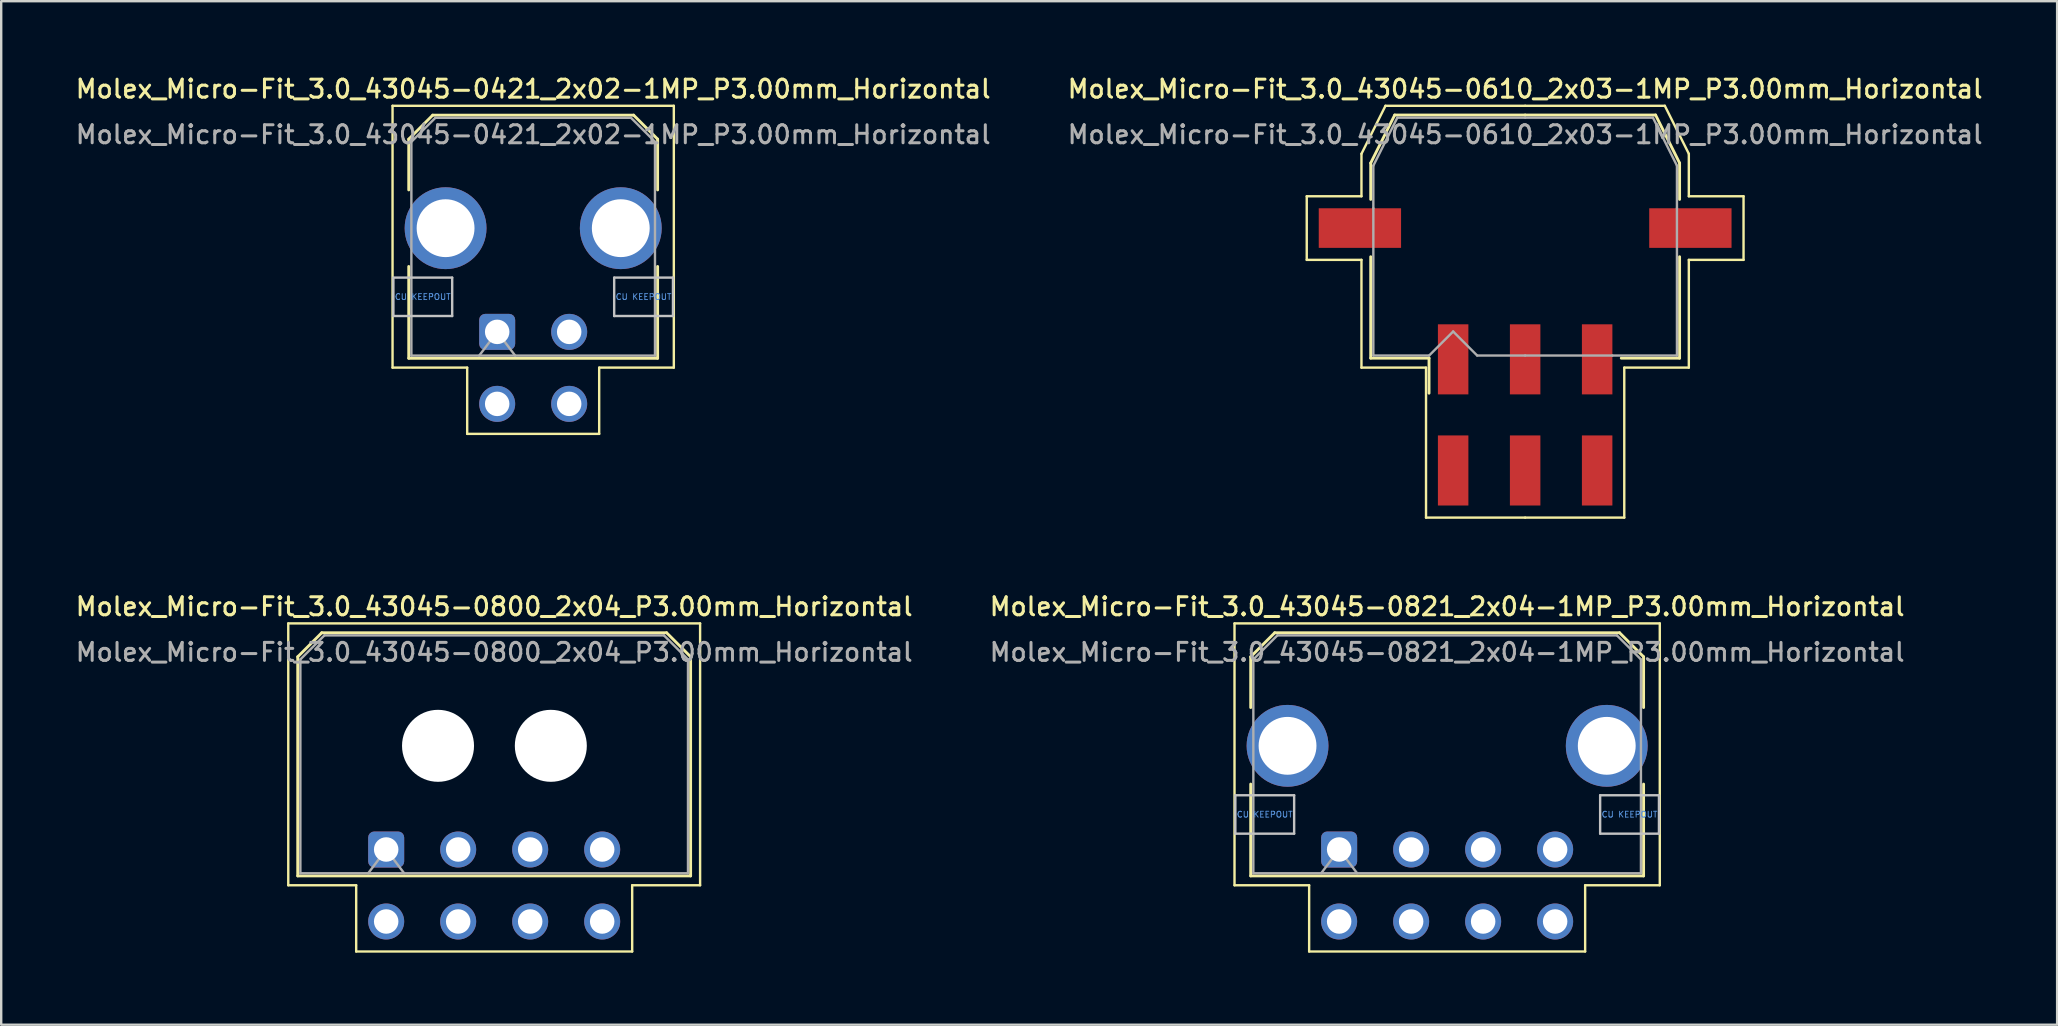
<source format=kicad_pcb>
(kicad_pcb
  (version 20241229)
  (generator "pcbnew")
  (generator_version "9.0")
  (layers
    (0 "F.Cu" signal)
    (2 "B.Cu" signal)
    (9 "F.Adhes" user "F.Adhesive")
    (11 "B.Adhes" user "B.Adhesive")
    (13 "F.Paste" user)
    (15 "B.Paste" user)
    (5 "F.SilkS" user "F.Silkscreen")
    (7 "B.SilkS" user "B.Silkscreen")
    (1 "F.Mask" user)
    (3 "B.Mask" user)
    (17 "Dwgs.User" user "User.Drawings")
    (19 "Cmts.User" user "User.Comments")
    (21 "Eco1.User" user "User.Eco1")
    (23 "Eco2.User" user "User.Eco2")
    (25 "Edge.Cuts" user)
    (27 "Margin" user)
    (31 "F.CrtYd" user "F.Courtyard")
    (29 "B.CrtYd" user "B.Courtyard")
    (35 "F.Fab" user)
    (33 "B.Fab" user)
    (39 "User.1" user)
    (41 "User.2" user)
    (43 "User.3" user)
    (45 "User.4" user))
  (footprint "Molex_Micro-Fit_3.0_43045-0800_2x04_P3.00mm_Horizontal"
    (layer "F.Cu")
    (at 13.041 32.346)
    (property "Reference" "Molex_Micro-Fit_3.0_43045-0800_2x04_P3.00mm_Horizontal" (at 4.5 -10.12 0) (layer "F.SilkS") (effects (font (size 0.75 0.75) (thickness 0.125))))
    (attr through_hole)
    (fp_line (start -4.08 -9.42) (end 13.08 -9.42) (stroke (width 0.1) (type solid)) (layer "F.SilkS"))
    (fp_line (start -4.08 1.49) (end -4.08 -9.42) (stroke (width 0.1) (type solid)) (layer "F.SilkS"))
    (fp_line (start -3.685 -8.03) (end -2.685 -9.03) (stroke (width 0.12) (type solid)) (layer "F.SilkS"))
    (fp_line (start -3.685 1.1) (end -3.685 -8.03) (stroke (width 0.12) (type solid)) (layer "F.SilkS"))
    (fp_line (start -2.685 -9.03) (end 11.685 -9.03) (stroke (width 0.12) (type solid)) (layer "F.SilkS"))
    (fp_line (start -1.25 1.49) (end -4.08 1.49) (stroke (width 0.1) (type solid)) (layer "F.SilkS"))
    (fp_line (start -1.25 4.25) (end -1.25 1.49) (stroke (width 0.1) (type solid)) (layer "F.SilkS"))
    (fp_line (start 10.25 1.49) (end 10.25 4.25) (stroke (width 0.1) (type solid)) (layer "F.SilkS"))
    (fp_line (start 10.25 4.25) (end -1.25 4.25) (stroke (width 0.1) (type solid)) (layer "F.SilkS"))
    (fp_line (start 11.685 -9.03) (end 12.685 -8.03) (stroke (width 0.12) (type solid)) (layer "F.SilkS"))
    (fp_line (start 12.685 -8.03) (end 12.685 1.1) (stroke (width 0.12) (type solid)) (layer "F.SilkS"))
    (fp_line (start 12.685 1.1) (end -3.685 1.1) (stroke (width 0.12) (type solid)) (layer "F.SilkS"))
    (fp_line (start 13.08 -9.42) (end 13.08 1.49) (stroke (width 0.1) (type solid)) (layer "F.SilkS"))
    (fp_line (start 13.08 1.49) (end 10.25 1.49) (stroke (width 0.1) (type solid)) (layer "F.SilkS"))
    (fp_line (start -3.575 -7.92) (end -2.575 -8.92) (stroke (width 0.1) (type solid)) (layer "F.Fab"))
    (fp_line (start -3.575 0.99) (end -3.575 -7.92) (stroke (width 0.1) (type solid)) (layer "F.Fab"))
    (fp_line (start -2.575 -8.92) (end 11.575 -8.92) (stroke (width 0.1) (type solid)) (layer "F.Fab"))
    (fp_line (start -0.75 0.99) (end 0 0) (stroke (width 0.1) (type solid)) (layer "F.Fab"))
    (fp_line (start 0 0) (end 0.75 0.99) (stroke (width 0.1) (type solid)) (layer "F.Fab"))
    (fp_line (start 11.575 -8.92) (end 12.575 -7.92) (stroke (width 0.1) (type solid)) (layer "F.Fab"))
    (fp_line (start 12.575 -7.92) (end 12.575 0.99) (stroke (width 0.1) (type solid)) (layer "F.Fab"))
    (fp_line (start 12.575 0.99) (end -3.575 0.99) (stroke (width 0.1) (type solid)) (layer "F.Fab"))
    (fp_text user "${REFERENCE}" (at 4.5 -8.22 0) (layer "F.Fab") (effects (font (size 0.75 0.75) (thickness 0.125))))
    (pad "" np_thru_hole circle (at 2.16 -4.32) (size 3 3) (drill 3) (layers "*.Cu" "*.Mask"))
    (pad "" np_thru_hole circle (at 6.86 -4.32) (size 3 3) (drill 3) (layers "*.Cu" "*.Mask"))
    (pad "1" thru_hole roundrect (at 0 0) (size 1.5 1.5) (drill 1.02) (layers "*.Cu" "*.Mask") (roundrect_rratio 0.167))
    (pad "2" thru_hole circle (at 3 0) (size 1.5 1.5) (drill 1.02) (layers "*.Cu" "*.Mask"))
    (pad "3" thru_hole circle (at 6 0) (size 1.5 1.5) (drill 1.02) (layers "*.Cu" "*.Mask"))
    (pad "4" thru_hole circle (at 9 0) (size 1.5 1.5) (drill 1.02) (layers "*.Cu" "*.Mask"))
    (pad "5" thru_hole circle (at 0 3) (size 1.5 1.5) (drill 1.02) (layers "*.Cu" "*.Mask"))
    (pad "6" thru_hole circle (at 3 3) (size 1.5 1.5) (drill 1.02) (layers "*.Cu" "*.Mask"))
    (pad "7" thru_hole circle (at 6 3) (size 1.5 1.5) (drill 1.02) (layers "*.Cu" "*.Mask"))
    (pad "8" thru_hole circle (at 9 3) (size 1.5 1.5) (drill 1.02) (layers "*.Cu" "*.Mask")))
  (footprint "Molex_Micro-Fit_3.0_43045-0421_2x02-1MP_P3.00mm_Horizontal"
    (layer "F.Cu")
    (at 17.666 10.778)
    (property "Reference" "Molex_Micro-Fit_3.0_43045-0421_2x02-1MP_P3.00mm_Horizontal" (at 1.5 -10.12 0) (layer "F.SilkS") (effects (font (size 0.75 0.75) (thickness 0.125))))
    (attr through_hole)
    (fp_line (start -4.36 -9.42) (end 7.36 -9.42) (stroke (width 0.1) (type solid)) (layer "F.SilkS"))
    (fp_line (start -4.36 1.49) (end -4.36 -9.42) (stroke (width 0.1) (type solid)) (layer "F.SilkS"))
    (fp_line (start -3.685 -8.03) (end -2.685 -9.03) (stroke (width 0.12) (type solid)) (layer "F.SilkS"))
    (fp_line (start -3.685 -5.915) (end -3.685 -8.03) (stroke (width 0.12) (type solid)) (layer "F.SilkS"))
    (fp_line (start -3.685 -2.725) (end -3.685 1.1) (stroke (width 0.12) (type solid)) (layer "F.SilkS"))
    (fp_line (start -3.685 1.1) (end 6.685 1.1) (stroke (width 0.12) (type solid)) (layer "F.SilkS"))
    (fp_line (start -2.685 -9.03) (end 5.685 -9.03) (stroke (width 0.12) (type solid)) (layer "F.SilkS"))
    (fp_line (start -1.25 1.49) (end -4.36 1.49) (stroke (width 0.1) (type solid)) (layer "F.SilkS"))
    (fp_line (start -1.25 4.25) (end -1.25 1.49) (stroke (width 0.1) (type solid)) (layer "F.SilkS"))
    (fp_line (start 4.25 1.49) (end 4.25 4.25) (stroke (width 0.1) (type solid)) (layer "F.SilkS"))
    (fp_line (start 4.25 4.25) (end -1.25 4.25) (stroke (width 0.1) (type solid)) (layer "F.SilkS"))
    (fp_line (start 5.685 -9.03) (end 6.685 -8.03) (stroke (width 0.12) (type solid)) (layer "F.SilkS"))
    (fp_line (start 6.685 -8.03) (end 6.685 -5.915) (stroke (width 0.12) (type solid)) (layer "F.SilkS"))
    (fp_line (start 6.685 1.1) (end 6.685 -2.725) (stroke (width 0.12) (type solid)) (layer "F.SilkS"))
    (fp_line (start 7.36 -9.42) (end 7.36 1.49) (stroke (width 0.1) (type solid)) (layer "F.SilkS"))
    (fp_line (start 7.36 1.49) (end 4.25 1.49) (stroke (width 0.1) (type solid)) (layer "F.SilkS"))
    (fp_line (start -4.325 -2.26) (end -4.325 -0.66) (stroke (width 0.1) (type solid)) (layer "Dwgs.User"))
    (fp_line (start -4.325 -0.66) (end -1.875 -0.66) (stroke (width 0.1) (type solid)) (layer "Dwgs.User"))
    (fp_line (start -1.875 -2.26) (end -4.325 -2.26) (stroke (width 0.1) (type solid)) (layer "Dwgs.User"))
    (fp_line (start -1.875 -0.66) (end -1.875 -2.26) (stroke (width 0.1) (type solid)) (layer "Dwgs.User"))
    (fp_line (start 4.875 -2.26) (end 4.875 -0.66) (stroke (width 0.1) (type solid)) (layer "Dwgs.User"))
    (fp_line (start 4.875 -0.66) (end 7.325 -0.66) (stroke (width 0.1) (type solid)) (layer "Dwgs.User"))
    (fp_line (start 7.325 -2.26) (end 4.875 -2.26) (stroke (width 0.1) (type solid)) (layer "Dwgs.User"))
    (fp_line (start 7.325 -0.66) (end 7.325 -2.26) (stroke (width 0.1) (type solid)) (layer "Dwgs.User"))
    (fp_line (start -3.575 -7.92) (end -2.575 -8.92) (stroke (width 0.1) (type solid)) (layer "F.Fab"))
    (fp_line (start -3.575 0.99) (end -3.575 -7.92) (stroke (width 0.1) (type solid)) (layer "F.Fab"))
    (fp_line (start -2.575 -8.92) (end 5.575 -8.92) (stroke (width 0.1) (type solid)) (layer "F.Fab"))
    (fp_line (start -0.75 0.99) (end 0 0) (stroke (width 0.1) (type solid)) (layer "F.Fab"))
    (fp_line (start 0 0) (end 0.75 0.99) (stroke (width 0.1) (type solid)) (layer "F.Fab"))
    (fp_line (start 5.575 -8.92) (end 6.575 -7.92) (stroke (width 0.1) (type solid)) (layer "F.Fab"))
    (fp_line (start 6.575 -7.92) (end 6.575 0.99) (stroke (width 0.1) (type solid)) (layer "F.Fab"))
    (fp_line (start 6.575 0.99) (end -3.575 0.99) (stroke (width 0.1) (type solid)) (layer "F.Fab"))
    (fp_text user "CU KEEPOUT" (at 6.1 -1.46 0) (layer "Cmts.User") (effects (font (size 0.245 0.245) (thickness 0.037))))
    (fp_text user "CU KEEPOUT" (at -3.1 -1.46 0) (layer "Cmts.User") (effects (font (size 0.245 0.245) (thickness 0.037))))
    (fp_text user "${REFERENCE}" (at 1.5 -8.22 0) (layer "F.Fab") (effects (font (size 0.75 0.75) (thickness 0.125))))
    (pad "1" thru_hole roundrect (at 0 0) (size 1.5 1.5) (drill 1.02) (layers "*.Cu" "*.Mask") (roundrect_rratio 0.167))
    (pad "2" thru_hole circle (at 3 0) (size 1.5 1.5) (drill 1.02) (layers "*.Cu" "*.Mask"))
    (pad "3" thru_hole circle (at 0 3) (size 1.5 1.5) (drill 1.02) (layers "*.Cu" "*.Mask"))
    (pad "4" thru_hole circle (at 3 3) (size 1.5 1.5) (drill 1.02) (layers "*.Cu" "*.Mask"))
    (pad "MP" thru_hole circle (at -2.15 -4.32) (size 3.41 3.41) (drill 2.41) (layers "*.Cu" "*.Mask"))
    (pad "MP" thru_hole circle (at 5.15 -4.32) (size 3.41 3.41) (drill 2.41) (layers "*.Cu" "*.Mask")))
  (footprint "Molex_Micro-Fit_3.0_43045-0610_2x03-1MP_P3.00mm_Horizontal"
    (layer "F.Cu")
    (at 60.498 14.238)
    (property "Reference" "Molex_Micro-Fit_3.0_43045-0610_2x03-1MP_P3.00mm_Horizontal" (at 0 -13.58 0) (layer "F.SilkS") (effects (font (size 0.75 0.75) (thickness 0.125))))
    (attr smd)
    (fp_line (start -9.1 -9.11) (end -9.1 -6.46) (stroke (width 0.1) (type solid)) (layer "F.SilkS"))
    (fp_line (start -9.1 -6.46) (end -6.82 -6.46) (stroke (width 0.1) (type solid)) (layer "F.SilkS"))
    (fp_line (start -6.82 -10.88) (end -6.82 -9.11) (stroke (width 0.1) (type solid)) (layer "F.SilkS"))
    (fp_line (start -6.82 -9.11) (end -9.1 -9.11) (stroke (width 0.1) (type solid)) (layer "F.SilkS"))
    (fp_line (start -6.82 -6.46) (end -6.82 -1.97) (stroke (width 0.1) (type solid)) (layer "F.SilkS"))
    (fp_line (start -6.82 -1.97) (end -4.13 -1.97) (stroke (width 0.1) (type solid)) (layer "F.SilkS"))
    (fp_line (start -6.435 -10.495) (end -6.435 -8.98) (stroke (width 0.12) (type solid)) (layer "F.SilkS"))
    (fp_line (start -6.435 -6.59) (end -6.435 -2.365) (stroke (width 0.12) (type solid)) (layer "F.SilkS"))
    (fp_line (start -6.435 -2.365) (end -4.005 -2.365) (stroke (width 0.12) (type solid)) (layer "F.SilkS"))
    (fp_line (start -5.82 -12.88) (end -6.82 -10.88) (stroke (width 0.1) (type solid)) (layer "F.SilkS"))
    (fp_line (start -5.435 -12.495) (end -6.435 -10.495) (stroke (width 0.12) (type solid)) (layer "F.SilkS"))
    (fp_line (start -4.13 -1.97) (end -4.13 4.28) (stroke (width 0.1) (type solid)) (layer "F.SilkS"))
    (fp_line (start -4.13 4.28) (end 0 4.28) (stroke (width 0.1) (type solid)) (layer "F.SilkS"))
    (fp_line (start -4.005 -2.365) (end -4.005 -0.905) (stroke (width 0.12) (type solid)) (layer "F.SilkS"))
    (fp_line (start 0 -12.88) (end -5.82 -12.88) (stroke (width 0.1) (type solid)) (layer "F.SilkS"))
    (fp_line (start 0 -12.88) (end 5.82 -12.88) (stroke (width 0.1) (type solid)) (layer "F.SilkS"))
    (fp_line (start 0 -12.495) (end -5.435 -12.495) (stroke (width 0.12) (type solid)) (layer "F.SilkS"))
    (fp_line (start 0 -12.495) (end 5.435 -12.495) (stroke (width 0.12) (type solid)) (layer "F.SilkS"))
    (fp_line (start 4.13 -1.97) (end 4.13 4.28) (stroke (width 0.1) (type solid)) (layer "F.SilkS"))
    (fp_line (start 4.13 4.28) (end 0 4.28) (stroke (width 0.1) (type solid)) (layer "F.SilkS"))
    (fp_line (start 5.435 -12.495) (end 6.435 -10.495) (stroke (width 0.12) (type solid)) (layer "F.SilkS"))
    (fp_line (start 5.82 -12.88) (end 6.82 -10.88) (stroke (width 0.1) (type solid)) (layer "F.SilkS"))
    (fp_line (start 6.435 -10.495) (end 6.435 -8.98) (stroke (width 0.12) (type solid)) (layer "F.SilkS"))
    (fp_line (start 6.435 -6.59) (end 6.435 -2.365) (stroke (width 0.12) (type solid)) (layer "F.SilkS"))
    (fp_line (start 6.435 -2.365) (end 4.005 -2.365) (stroke (width 0.12) (type solid)) (layer "F.SilkS"))
    (fp_line (start 6.82 -10.88) (end 6.82 -9.11) (stroke (width 0.1) (type solid)) (layer "F.SilkS"))
    (fp_line (start 6.82 -9.11) (end 9.1 -9.11) (stroke (width 0.1) (type solid)) (layer "F.SilkS"))
    (fp_line (start 6.82 -6.46) (end 6.82 -1.97) (stroke (width 0.1) (type solid)) (layer "F.SilkS"))
    (fp_line (start 6.82 -1.97) (end 4.13 -1.97) (stroke (width 0.1) (type solid)) (layer "F.SilkS"))
    (fp_line (start 9.1 -9.11) (end 9.1 -6.46) (stroke (width 0.1) (type solid)) (layer "F.SilkS"))
    (fp_line (start 9.1 -6.46) (end 6.82 -6.46) (stroke (width 0.1) (type solid)) (layer "F.SilkS"))
    (fp_line (start -6.325 -10.385) (end -6.325 -8.61) (stroke (width 0.1) (type solid)) (layer "F.Fab"))
    (fp_line (start -6.325 -8.61) (end -6.325 -2.475) (stroke (width 0.1) (type solid)) (layer "F.Fab"))
    (fp_line (start -6.325 -2.475) (end -4 -2.475) (stroke (width 0.1) (type solid)) (layer "F.Fab"))
    (fp_line (start -5.325 -12.385) (end -6.325 -10.385) (stroke (width 0.1) (type solid)) (layer "F.Fab"))
    (fp_line (start -4 -2.475) (end -3 -3.475) (stroke (width 0.1) (type solid)) (layer "F.Fab"))
    (fp_line (start -3 -3.475) (end -2 -2.475) (stroke (width 0.1) (type solid)) (layer "F.Fab"))
    (fp_line (start -2 -2.475) (end 0 -2.475) (stroke (width 0.1) (type solid)) (layer "F.Fab"))
    (fp_line (start 0 -12.385) (end -5.325 -12.385) (stroke (width 0.1) (type solid)) (layer "F.Fab"))
    (fp_line (start 0 -12.385) (end 5.325 -12.385) (stroke (width 0.1) (type solid)) (layer "F.Fab"))
    (fp_line (start 3.635 -2.475) (end 0 -2.475) (stroke (width 0.1) (type solid)) (layer "F.Fab"))
    (fp_line (start 5.325 -12.385) (end 6.325 -10.385) (stroke (width 0.1) (type solid)) (layer "F.Fab"))
    (fp_line (start 6.325 -10.385) (end 6.325 -8.61) (stroke (width 0.1) (type solid)) (layer "F.Fab"))
    (fp_line (start 6.325 -8.61) (end 6.325 -2.475) (stroke (width 0.1) (type solid)) (layer "F.Fab"))
    (fp_line (start 6.325 -2.475) (end 3.635 -2.475) (stroke (width 0.1) (type solid)) (layer "F.Fab"))
    (fp_text user "${REFERENCE}" (at 0 -11.68 0) (layer "F.Fab") (effects (font (size 0.75 0.75) (thickness 0.125))))
    (pad "1" smd rect (at -3 -2.315) (size 1.27 2.92) (layers "F.Cu" "F.Mask" "F.Paste"))
    (pad "2" smd rect (at 0 -2.315) (size 1.27 2.92) (layers "F.Cu" "F.Mask" "F.Paste"))
    (pad "3" smd rect (at 3 -2.315) (size 1.27 2.92) (layers "F.Cu" "F.Mask" "F.Paste"))
    (pad "4" smd rect (at -3 2.315) (size 1.27 2.92) (layers "F.Cu" "F.Mask" "F.Paste"))
    (pad "5" smd rect (at 0 2.315) (size 1.27 2.92) (layers "F.Cu" "F.Mask" "F.Paste"))
    (pad "6" smd rect (at 3 2.315) (size 1.27 2.92) (layers "F.Cu" "F.Mask" "F.Paste"))
    (pad "MP" smd rect (at -6.885 -7.785) (size 3.43 1.65) (layers "F.Cu" "F.Mask" "F.Paste"))
    (pad "MP" smd rect (at 6.885 -7.785) (size 3.43 1.65) (layers "F.Cu" "F.Mask" "F.Paste")))
  (footprint "Molex_Micro-Fit_3.0_43045-0821_2x04-1MP_P3.00mm_Horizontal"
    (layer "F.Cu")
    (at 52.748 32.346)
    (property "Reference" "Molex_Micro-Fit_3.0_43045-0821_2x04-1MP_P3.00mm_Horizontal" (at 4.5 -10.12 0) (layer "F.SilkS") (effects (font (size 0.75 0.75) (thickness 0.125))))
    (attr through_hole)
    (fp_line (start -4.36 -9.42) (end 13.36 -9.42) (stroke (width 0.1) (type solid)) (layer "F.SilkS"))
    (fp_line (start -4.36 1.49) (end -4.36 -9.42) (stroke (width 0.1) (type solid)) (layer "F.SilkS"))
    (fp_line (start -3.685 -8.03) (end -2.685 -9.03) (stroke (width 0.12) (type solid)) (layer "F.SilkS"))
    (fp_line (start -3.685 -5.915) (end -3.685 -8.03) (stroke (width 0.12) (type solid)) (layer "F.SilkS"))
    (fp_line (start -3.685 -2.725) (end -3.685 1.1) (stroke (width 0.12) (type solid)) (layer "F.SilkS"))
    (fp_line (start -3.685 1.1) (end 12.685 1.1) (stroke (width 0.12) (type solid)) (layer "F.SilkS"))
    (fp_line (start -2.685 -9.03) (end 11.685 -9.03) (stroke (width 0.12) (type solid)) (layer "F.SilkS"))
    (fp_line (start -1.25 1.49) (end -4.36 1.49) (stroke (width 0.1) (type solid)) (layer "F.SilkS"))
    (fp_line (start -1.25 4.25) (end -1.25 1.49) (stroke (width 0.1) (type solid)) (layer "F.SilkS"))
    (fp_line (start 10.25 1.49) (end 10.25 4.25) (stroke (width 0.1) (type solid)) (layer "F.SilkS"))
    (fp_line (start 10.25 4.25) (end -1.25 4.25) (stroke (width 0.1) (type solid)) (layer "F.SilkS"))
    (fp_line (start 11.685 -9.03) (end 12.685 -8.03) (stroke (width 0.12) (type solid)) (layer "F.SilkS"))
    (fp_line (start 12.685 -8.03) (end 12.685 -5.915) (stroke (width 0.12) (type solid)) (layer "F.SilkS"))
    (fp_line (start 12.685 1.1) (end 12.685 -2.725) (stroke (width 0.12) (type solid)) (layer "F.SilkS"))
    (fp_line (start 13.36 -9.42) (end 13.36 1.49) (stroke (width 0.1) (type solid)) (layer "F.SilkS"))
    (fp_line (start 13.36 1.49) (end 10.25 1.49) (stroke (width 0.1) (type solid)) (layer "F.SilkS"))
    (fp_line (start -4.325 -2.26) (end -4.325 -0.66) (stroke (width 0.1) (type solid)) (layer "Dwgs.User"))
    (fp_line (start -4.325 -0.66) (end -1.875 -0.66) (stroke (width 0.1) (type solid)) (layer "Dwgs.User"))
    (fp_line (start -1.875 -2.26) (end -4.325 -2.26) (stroke (width 0.1) (type solid)) (layer "Dwgs.User"))
    (fp_line (start -1.875 -0.66) (end -1.875 -2.26) (stroke (width 0.1) (type solid)) (layer "Dwgs.User"))
    (fp_line (start 10.875 -2.26) (end 10.875 -0.66) (stroke (width 0.1) (type solid)) (layer "Dwgs.User"))
    (fp_line (start 10.875 -0.66) (end 13.325 -0.66) (stroke (width 0.1) (type solid)) (layer "Dwgs.User"))
    (fp_line (start 13.325 -2.26) (end 10.875 -2.26) (stroke (width 0.1) (type solid)) (layer "Dwgs.User"))
    (fp_line (start 13.325 -0.66) (end 13.325 -2.26) (stroke (width 0.1) (type solid)) (layer "Dwgs.User"))
    (fp_line (start -3.575 -7.92) (end -2.575 -8.92) (stroke (width 0.1) (type solid)) (layer "F.Fab"))
    (fp_line (start -3.575 0.99) (end -3.575 -7.92) (stroke (width 0.1) (type solid)) (layer "F.Fab"))
    (fp_line (start -2.575 -8.92) (end 11.575 -8.92) (stroke (width 0.1) (type solid)) (layer "F.Fab"))
    (fp_line (start -0.75 0.99) (end 0 0) (stroke (width 0.1) (type solid)) (layer "F.Fab"))
    (fp_line (start 0 0) (end 0.75 0.99) (stroke (width 0.1) (type solid)) (layer "F.Fab"))
    (fp_line (start 11.575 -8.92) (end 12.575 -7.92) (stroke (width 0.1) (type solid)) (layer "F.Fab"))
    (fp_line (start 12.575 -7.92) (end 12.575 0.99) (stroke (width 0.1) (type solid)) (layer "F.Fab"))
    (fp_line (start 12.575 0.99) (end -3.575 0.99) (stroke (width 0.1) (type solid)) (layer "F.Fab"))
    (fp_text user "CU KEEPOUT" (at 12.1 -1.46 0) (layer "Cmts.User") (effects (font (size 0.245 0.245) (thickness 0.037))))
    (fp_text user "CU KEEPOUT" (at -3.1 -1.46 0) (layer "Cmts.User") (effects (font (size 0.245 0.245) (thickness 0.037))))
    (fp_text user "${REFERENCE}" (at 4.5 -8.22 0) (layer "F.Fab") (effects (font (size 0.75 0.75) (thickness 0.125))))
    (pad "1" thru_hole roundrect (at 0 0) (size 1.5 1.5) (drill 1.02) (layers "*.Cu" "*.Mask") (roundrect_rratio 0.167))
    (pad "2" thru_hole circle (at 3 0) (size 1.5 1.5) (drill 1.02) (layers "*.Cu" "*.Mask"))
    (pad "3" thru_hole circle (at 6 0) (size 1.5 1.5) (drill 1.02) (layers "*.Cu" "*.Mask"))
    (pad "4" thru_hole circle (at 9 0) (size 1.5 1.5) (drill 1.02) (layers "*.Cu" "*.Mask"))
    (pad "5" thru_hole circle (at 0 3) (size 1.5 1.5) (drill 1.02) (layers "*.Cu" "*.Mask"))
    (pad "6" thru_hole circle (at 3 3) (size 1.5 1.5) (drill 1.02) (layers "*.Cu" "*.Mask"))
    (pad "7" thru_hole circle (at 6 3) (size 1.5 1.5) (drill 1.02) (layers "*.Cu" "*.Mask"))
    (pad "8" thru_hole circle (at 9 3) (size 1.5 1.5) (drill 1.02) (layers "*.Cu" "*.Mask"))
    (pad "MP" thru_hole circle (at -2.15 -4.32) (size 3.41 3.41) (drill 2.41) (layers "*.Cu" "*.Mask"))
    (pad "MP" thru_hole circle (at 11.15 -4.32) (size 3.41 3.41) (drill 2.41) (layers "*.Cu" "*.Mask")))
  (gr_rect
    (start -3 -3)
    (end 82.664 39.646)
    (stroke (width 0.1) (type default))
    (fill no)
    (layer "Edge.Cuts")))
</source>
